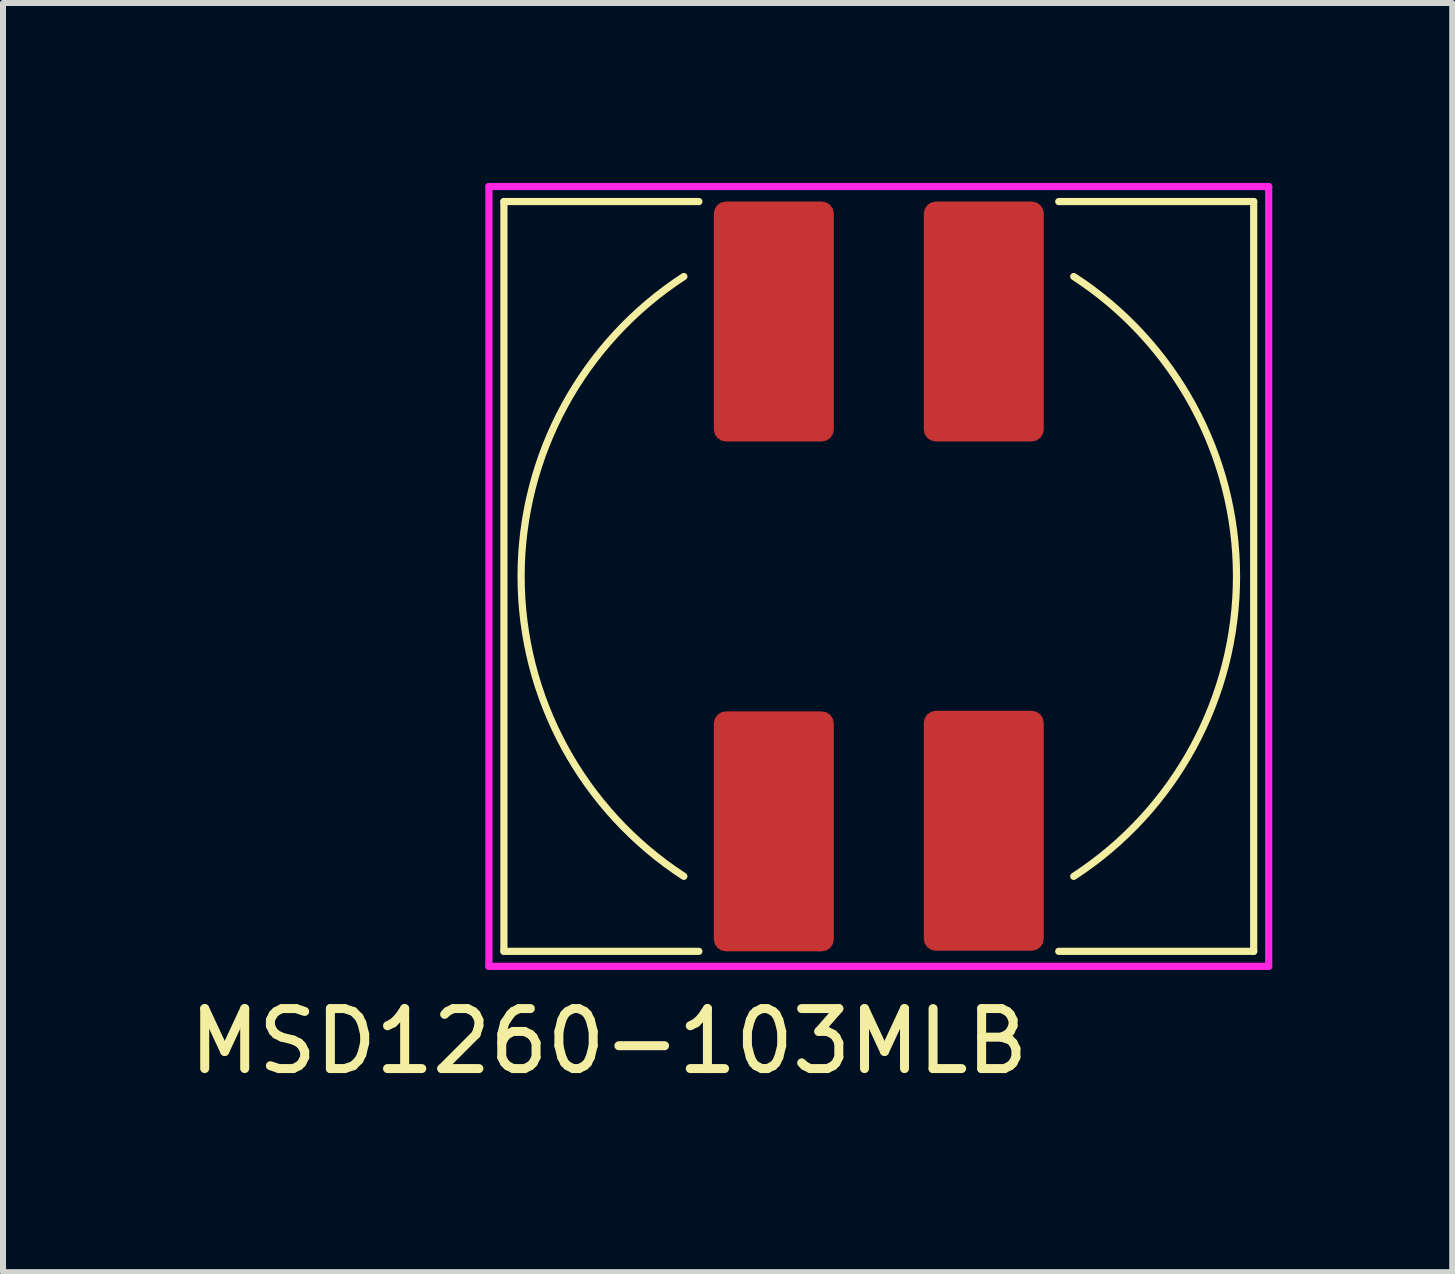
<source format=kicad_pcb>
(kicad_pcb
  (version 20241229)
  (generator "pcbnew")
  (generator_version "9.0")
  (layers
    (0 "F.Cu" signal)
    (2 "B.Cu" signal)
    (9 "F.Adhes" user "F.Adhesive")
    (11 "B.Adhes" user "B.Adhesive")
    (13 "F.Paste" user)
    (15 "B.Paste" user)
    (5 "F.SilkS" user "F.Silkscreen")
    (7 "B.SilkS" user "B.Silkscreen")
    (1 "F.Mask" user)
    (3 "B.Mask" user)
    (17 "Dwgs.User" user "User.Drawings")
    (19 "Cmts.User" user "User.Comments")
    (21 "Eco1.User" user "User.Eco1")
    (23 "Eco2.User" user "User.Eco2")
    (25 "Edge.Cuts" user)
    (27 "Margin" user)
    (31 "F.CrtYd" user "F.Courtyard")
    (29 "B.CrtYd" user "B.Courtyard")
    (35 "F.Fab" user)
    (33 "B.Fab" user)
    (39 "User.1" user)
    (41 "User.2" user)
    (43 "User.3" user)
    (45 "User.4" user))
  (footprint "MSD1260-103MLB"
    (layer "F.Cu")
    (at 11.601 6.56)
    (property "Reference" "MSD1260-103MLB" (at -4.5 7.75 0) (layer "F.SilkS") (effects (font (size 1 1) (thickness 0.15))))
    (attr through_hole)
    (fp_line (start -6.25 -6.25) (end -3 -6.25) (stroke (width 0.12) (type solid)) (layer "F.SilkS"))
    (fp_line (start -6.25 6.25) (end -6.25 -6.25) (stroke (width 0.12) (type solid)) (layer "F.SilkS"))
    (fp_line (start -3 6.25) (end -6.25 6.25) (stroke (width 0.12) (type solid)) (layer "F.SilkS"))
    (fp_line (start 3 -6.25) (end 6.25 -6.25) (stroke (width 0.12) (type solid)) (layer "F.SilkS"))
    (fp_line (start 6.25 -6.25) (end 6.25 6.25) (stroke (width 0.12) (type solid)) (layer "F.SilkS"))
    (fp_line (start 6.25 6.25) (end 3 6.25) (stroke (width 0.12) (type solid)) (layer "F.SilkS"))
    (fp_arc (start -3.249999 4.999999) (mid -5.963429 0) (end -3.249999 -4.999999) (stroke (width 0.12) (type solid)) (layer "F.SilkS"))
    (fp_arc (start 3.249999 -4.999999) (mid 5.963429 0) (end 3.249999 4.999999) (stroke (width 0.12) (type solid)) (layer "F.SilkS"))
    (fp_line (start -6.5 -6.5) (end 6.5 -6.5) (stroke (width 0.12) (type solid)) (layer "F.CrtYd"))
    (fp_line (start -6.5 6.5) (end -6.5 -6.5) (stroke (width 0.12) (type solid)) (layer "F.CrtYd"))
    (fp_line (start 6.5 -6.5) (end 6.5 6.5) (stroke (width 0.12) (type solid)) (layer "F.CrtYd"))
    (fp_line (start 6.5 6.5) (end -6.5 6.5) (stroke (width 0.12) (type solid)) (layer "F.CrtYd"))
    (pad "1" smd roundrect (at 1.75 -4.25) (size 2 4) (layers "F.Cu" "F.Mask" "F.Paste") (roundrect_rratio 0.1))
    (pad "2" smd roundrect (at -1.75 -4.25) (size 2 4) (layers "F.Cu" "F.Mask" "F.Paste") (roundrect_rratio 0.1))
    (pad "3" smd roundrect (at -1.75 4.25) (size 2 4) (layers "F.Cu" "F.Mask" "F.Paste") (roundrect_rratio 0.1))
    (pad "4" smd roundrect (at 1.75 4.24) (size 2 4) (layers "F.Cu" "F.Mask" "F.Paste") (roundrect_rratio 0.1)))
  (gr_rect
    (start -3 -3)
    (end 21.161 18.158)
    (stroke (width 0.1) (type default))
    (fill no)
    (layer "Edge.Cuts")))
</source>
